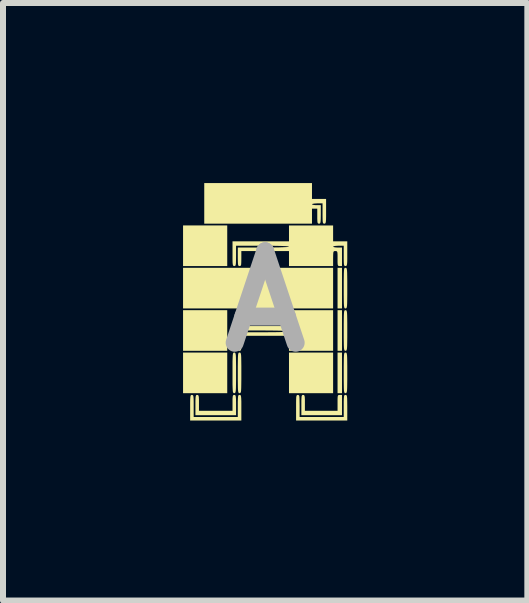
<source format=kicad_pcb>
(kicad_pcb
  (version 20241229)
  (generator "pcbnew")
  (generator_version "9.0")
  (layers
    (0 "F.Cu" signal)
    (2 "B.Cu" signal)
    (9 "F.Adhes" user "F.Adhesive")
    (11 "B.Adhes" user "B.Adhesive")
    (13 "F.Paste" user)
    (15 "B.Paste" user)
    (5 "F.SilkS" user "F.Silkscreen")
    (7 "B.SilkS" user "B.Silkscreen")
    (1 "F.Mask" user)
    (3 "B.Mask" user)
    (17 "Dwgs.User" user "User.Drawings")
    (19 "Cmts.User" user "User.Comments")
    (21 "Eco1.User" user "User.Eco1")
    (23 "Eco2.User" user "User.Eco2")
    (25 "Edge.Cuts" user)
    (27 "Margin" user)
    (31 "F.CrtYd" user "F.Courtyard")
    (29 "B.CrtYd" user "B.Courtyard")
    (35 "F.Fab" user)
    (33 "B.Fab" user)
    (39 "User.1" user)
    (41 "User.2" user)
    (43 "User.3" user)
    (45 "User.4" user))
  (footprint "A"
    (layer "F.Cu")
    (at 1.368 1.971)
    (property "Reference" "A" (at 0 0 0) (layer "F.Fab") (effects (font (size 1.524 1.524) (thickness 0.3))))
    (attr board_only exclude_from_pos_files exclude_from_bom)
    (fp_poly (pts (xy -0.632 -0.588) (xy -1.368 -0.588) (xy -1.368 -1.265) (xy -0.632 -1.265)) (stroke (width 0) (type solid)) (fill yes) (layer "F.SilkS"))
    (fp_poly (pts (xy -0.632 0.824) (xy -1.368 0.824) (xy -1.368 0.147) (xy -0.632 0.147)) (stroke (width 0) (type solid)) (fill yes) (layer "F.SilkS"))
    (fp_poly (pts (xy -0.632 1.53) (xy -1.368 1.53) (xy -1.368 0.853) (xy -0.632 0.853)) (stroke (width 0) (type solid)) (fill yes) (layer "F.SilkS"))
    (fp_poly (pts (xy 1.132 0.118) (xy -1.368 0.118) (xy -1.368 -0.559) (xy 1.132 -0.559)) (stroke (width 0) (type solid)) (fill yes) (layer "F.SilkS"))
    (fp_poly (pts (xy 1.132 1.53) (xy 0.397 1.53) (xy 0.397 0.853) (xy 1.132 0.853)) (stroke (width 0) (type solid)) (fill yes) (layer "F.SilkS"))
    (fp_poly (pts (xy 1.28 0.118) (xy 1.206 0.118) (xy 1.206 -0.559) (xy 1.28 -0.559)) (stroke (width 0) (type solid)) (fill yes) (layer "F.SilkS"))
    (fp_poly (pts (xy 1.28 0.824) (xy 1.206 0.824) (xy 1.206 0.147) (xy 1.28 0.147)) (stroke (width 0) (type solid)) (fill yes) (layer "F.SilkS"))
    (fp_poly (pts (xy 1.28 1.53) (xy 1.206 1.53) (xy 1.206 0.853) (xy 1.28 0.853)) (stroke (width 0) (type solid)) (fill yes) (layer "F.SilkS"))
    (fp_poly (pts (xy 1.28 1.897) (xy 0.603 1.897) (xy 0.603 1.728) (xy 0.603 1.655) (xy 0.605 1.607) (xy 0.608 1.578) (xy 0.615 1.564) (xy 0.625 1.559) (xy 0.632 1.559) (xy 0.646 1.561) (xy 0.655 1.572) (xy 0.66 1.596) (xy 0.662 1.639) (xy 0.662 1.691) (xy 0.662 1.824) (xy 1.206 1.824) (xy 1.206 1.691) (xy 1.206 1.629) (xy 1.208 1.59) (xy 1.213 1.569) (xy 1.223 1.561) (xy 1.24 1.559) (xy 1.243 1.559) (xy 1.28 1.559)) (stroke (width 0) (type solid)) (fill yes) (layer "F.SilkS"))
    (fp_poly (pts (xy -0.502 1.561) (xy -0.494 1.569) (xy -0.489 1.59) (xy -0.486 1.628) (xy -0.485 1.687) (xy -0.485 1.728) (xy -0.485 1.897) (xy -1.162 1.897) (xy -1.162 1.728) (xy -1.162 1.655) (xy -1.16 1.607) (xy -1.156 1.578) (xy -1.15 1.564) (xy -1.14 1.559) (xy -1.132 1.559) (xy -1.119 1.561) (xy -1.11 1.572) (xy -1.105 1.596) (xy -1.103 1.639) (xy -1.103 1.691) (xy -1.103 1.824) (xy -0.544 1.824) (xy -0.544 1.691) (xy -0.544 1.628) (xy -0.541 1.589) (xy -0.536 1.569) (xy -0.526 1.56) (xy -0.515 1.559)) (stroke (width 0) (type solid)) (fill yes) (layer "F.SilkS"))
    (fp_poly (pts (xy -0.415 1.56) (xy -0.407 1.568) (xy -0.402 1.586) (xy -0.399 1.618) (xy -0.397 1.67) (xy -0.397 1.746) (xy -0.397 1.772) (xy -0.397 1.986) (xy -1.25 1.986) (xy -1.25 1.772) (xy -1.25 1.689) (xy -1.249 1.631) (xy -1.246 1.593) (xy -1.242 1.572) (xy -1.235 1.562) (xy -1.224 1.559) (xy -1.221 1.559) (xy -1.209 1.561) (xy -1.2 1.569) (xy -1.195 1.588) (xy -1.192 1.624) (xy -1.191 1.681) (xy -1.191 1.743) (xy -1.191 1.927) (xy -0.456 1.927) (xy -0.456 1.743) (xy -0.456 1.667) (xy -0.454 1.615) (xy -0.451 1.583) (xy -0.446 1.566) (xy -0.436 1.56) (xy -0.427 1.559)) (stroke (width 0) (type solid)) (fill yes) (layer "F.SilkS"))
    (fp_poly (pts (xy 1.35 1.56) (xy 1.358 1.568) (xy 1.363 1.586) (xy 1.366 1.618) (xy 1.367 1.67) (xy 1.368 1.746) (xy 1.368 1.772) (xy 1.368 1.986) (xy 0.515 1.986) (xy 0.515 1.772) (xy 0.515 1.689) (xy 0.516 1.631) (xy 0.518 1.593) (xy 0.523 1.572) (xy 0.53 1.562) (xy 0.541 1.559) (xy 0.544 1.559) (xy 0.556 1.561) (xy 0.565 1.569) (xy 0.57 1.588) (xy 0.572 1.624) (xy 0.573 1.681) (xy 0.574 1.743) (xy 0.574 1.927) (xy 1.309 1.927) (xy 1.309 1.743) (xy 1.309 1.667) (xy 1.311 1.615) (xy 1.314 1.583) (xy 1.319 1.566) (xy 1.328 1.56) (xy 1.338 1.559)) (stroke (width 0) (type solid)) (fill yes) (layer "F.SilkS"))
    (fp_poly (pts (xy -0.505 0.854) (xy -0.498 0.86) (xy -0.493 0.873) (xy -0.489 0.898) (xy -0.487 0.938) (xy -0.486 0.997) (xy -0.485 1.077) (xy -0.485 1.184) (xy -0.485 1.191) (xy -0.485 1.299) (xy -0.486 1.382) (xy -0.487 1.442) (xy -0.489 1.483) (xy -0.493 1.508) (xy -0.498 1.522) (xy -0.505 1.528) (xy -0.514 1.53) (xy -0.515 1.53) (xy -0.524 1.529) (xy -0.531 1.523) (xy -0.537 1.51) (xy -0.54 1.485) (xy -0.542 1.445) (xy -0.544 1.386) (xy -0.544 1.305) (xy -0.544 1.199) (xy -0.544 1.191) (xy -0.544 1.083) (xy -0.544 1.001) (xy -0.542 0.941) (xy -0.54 0.9) (xy -0.537 0.874) (xy -0.532 0.86) (xy -0.525 0.854) (xy -0.515 0.853) (xy -0.515 0.853)) (stroke (width 0) (type solid)) (fill yes) (layer "F.SilkS"))
    (fp_poly (pts (xy -0.417 0.854) (xy -0.41 0.86) (xy -0.405 0.873) (xy -0.401 0.898) (xy -0.399 0.938) (xy -0.398 0.997) (xy -0.397 1.077) (xy -0.397 1.184) (xy -0.397 1.191) (xy -0.397 1.299) (xy -0.398 1.382) (xy -0.399 1.442) (xy -0.401 1.483) (xy -0.404 1.508) (xy -0.41 1.522) (xy -0.417 1.528) (xy -0.426 1.53) (xy -0.427 1.53) (xy -0.436 1.529) (xy -0.443 1.523) (xy -0.448 1.51) (xy -0.452 1.485) (xy -0.454 1.445) (xy -0.455 1.386) (xy -0.456 1.305) (xy -0.456 1.199) (xy -0.456 1.191) (xy -0.456 1.083) (xy -0.455 1.001) (xy -0.454 0.941) (xy -0.452 0.9) (xy -0.449 0.874) (xy -0.443 0.86) (xy -0.436 0.854) (xy -0.427 0.853) (xy -0.427 0.853)) (stroke (width 0) (type solid)) (fill yes) (layer "F.SilkS"))
    (fp_poly (pts (xy 1.348 -0.558) (xy 1.355 -0.552) (xy 1.36 -0.539) (xy 1.364 -0.514) (xy 1.366 -0.474) (xy 1.367 -0.415) (xy 1.368 -0.335) (xy 1.368 -0.228) (xy 1.368 -0.221) (xy 1.368 -0.113) (xy 1.367 -0.03) (xy 1.366 0.03) (xy 1.364 0.071) (xy 1.36 0.096) (xy 1.355 0.111) (xy 1.348 0.116) (xy 1.339 0.118) (xy 1.338 0.118) (xy 1.329 0.117) (xy 1.322 0.111) (xy 1.317 0.098) (xy 1.313 0.073) (xy 1.311 0.033) (xy 1.31 -0.026) (xy 1.309 -0.107) (xy 1.309 -0.213) (xy 1.309 -0.221) (xy 1.309 -0.329) (xy 1.31 -0.411) (xy 1.311 -0.471) (xy 1.313 -0.512) (xy 1.316 -0.538) (xy 1.321 -0.552) (xy 1.328 -0.558) (xy 1.338 -0.559) (xy 1.338 -0.559)) (stroke (width 0) (type solid)) (fill yes) (layer "F.SilkS"))
    (fp_poly (pts (xy 1.348 0.148) (xy 1.355 0.154) (xy 1.36 0.167) (xy 1.364 0.192) (xy 1.366 0.232) (xy 1.367 0.291) (xy 1.368 0.371) (xy 1.368 0.478) (xy 1.368 0.485) (xy 1.368 0.593) (xy 1.367 0.676) (xy 1.366 0.736) (xy 1.364 0.777) (xy 1.36 0.802) (xy 1.355 0.817) (xy 1.348 0.822) (xy 1.339 0.824) (xy 1.338 0.824) (xy 1.329 0.823) (xy 1.322 0.817) (xy 1.317 0.804) (xy 1.313 0.779) (xy 1.311 0.739) (xy 1.31 0.68) (xy 1.309 0.599) (xy 1.309 0.493) (xy 1.309 0.485) (xy 1.309 0.377) (xy 1.31 0.295) (xy 1.311 0.235) (xy 1.313 0.194) (xy 1.316 0.168) (xy 1.321 0.154) (xy 1.328 0.148) (xy 1.338 0.147) (xy 1.338 0.147)) (stroke (width 0) (type solid)) (fill yes) (layer "F.SilkS"))
    (fp_poly (pts (xy 1.348 0.854) (xy 1.355 0.86) (xy 1.36 0.873) (xy 1.364 0.898) (xy 1.366 0.938) (xy 1.367 0.997) (xy 1.368 1.077) (xy 1.368 1.184) (xy 1.368 1.191) (xy 1.368 1.299) (xy 1.367 1.382) (xy 1.366 1.442) (xy 1.364 1.483) (xy 1.36 1.508) (xy 1.355 1.522) (xy 1.348 1.528) (xy 1.339 1.53) (xy 1.338 1.53) (xy 1.329 1.529) (xy 1.322 1.523) (xy 1.317 1.51) (xy 1.313 1.485) (xy 1.311 1.445) (xy 1.31 1.386) (xy 1.309 1.305) (xy 1.309 1.199) (xy 1.309 1.191) (xy 1.309 1.083) (xy 1.31 1.001) (xy 1.311 0.941) (xy 1.313 0.9) (xy 1.316 0.874) (xy 1.321 0.86) (xy 1.328 0.854) (xy 1.338 0.853) (xy 1.338 0.853)) (stroke (width 0) (type solid)) (fill yes) (layer "F.SilkS"))
    (fp_poly (pts (xy 0.78 -1.706) (xy 1.015 -1.706) (xy 1.015 -1.5) (xy 1.015 -1.419) (xy 1.014 -1.362) (xy 1.011 -1.326) (xy 1.006 -1.306) (xy 0.999 -1.297) (xy 0.988 -1.294) (xy 0.985 -1.294) (xy 0.973 -1.296) (xy 0.964 -1.305) (xy 0.959 -1.325) (xy 0.957 -1.363) (xy 0.956 -1.422) (xy 0.956 -1.463) (xy 0.956 -1.633) (xy 0.868 -1.633) (xy 0.821 -1.63) (xy 0.789 -1.624) (xy 0.78 -1.618) (xy 0.793 -1.609) (xy 0.827 -1.604) (xy 0.853 -1.603) (xy 0.927 -1.603) (xy 0.927 -1.449) (xy 0.926 -1.38) (xy 0.924 -1.335) (xy 0.92 -1.309) (xy 0.913 -1.298) (xy 0.901 -1.294) (xy 0.897 -1.294) (xy 0.883 -1.297) (xy 0.874 -1.307) (xy 0.87 -1.332) (xy 0.868 -1.378) (xy 0.868 -1.419) (xy 0.868 -1.544) (xy 0.78 -1.544) (xy 0.78 -1.294) (xy -1.015 -1.294) (xy -1.015 -1.971) (xy 0.78 -1.971)) (stroke (width 0) (type solid)) (fill yes) (layer "F.SilkS"))
    (fp_poly (pts (xy 1.132 0.824) (xy 0.397 0.824) (xy 0.397 0.574) (xy -0.397 0.574) (xy -0.397 0.699) (xy -0.398 0.759) (xy -0.4 0.797) (xy -0.406 0.816) (xy -0.417 0.823) (xy -0.427 0.824) (xy -0.44 0.822) (xy -0.448 0.812) (xy -0.453 0.791) (xy -0.455 0.751) (xy -0.456 0.689) (xy -0.456 0.669) (xy -0.456 0.515) (xy -0.029 0.515) (xy 0.106 0.514) (xy 0.218 0.513) (xy 0.303 0.51) (xy 0.362 0.507) (xy 0.392 0.503) (xy 0.397 0.5) (xy 0.383 0.495) (xy 0.34 0.492) (xy 0.269 0.489) (xy 0.172 0.487) (xy 0.05 0.486) (xy -0.044 0.485) (xy -0.485 0.485) (xy -0.485 0.654) (xy -0.486 0.727) (xy -0.487 0.775) (xy -0.491 0.804) (xy -0.497 0.818) (xy -0.508 0.823) (xy -0.515 0.824) (xy -0.526 0.822) (xy -0.534 0.815) (xy -0.54 0.796) (xy -0.543 0.763) (xy -0.544 0.71) (xy -0.544 0.633) (xy -0.544 0.618) (xy -0.544 0.412) (xy 0.397 0.412) (xy 0.397 0.147) (xy 1.132 0.147)) (stroke (width 0) (type solid)) (fill yes) (layer "F.SilkS"))
    (fp_poly (pts (xy 1.132 -1) (xy 1.368 -1) (xy 1.368 -0.794) (xy 1.368 -0.713) (xy 1.367 -0.656) (xy 1.364 -0.62) (xy 1.359 -0.6) (xy 1.352 -0.591) (xy 1.341 -0.588) (xy 1.338 -0.588) (xy 1.326 -0.59) (xy 1.317 -0.599) (xy 1.312 -0.619) (xy 1.31 -0.657) (xy 1.309 -0.716) (xy 1.309 -0.757) (xy 1.309 -0.927) (xy 1.221 -0.927) (xy 1.174 -0.924) (xy 1.142 -0.919) (xy 1.132 -0.912) (xy 1.146 -0.903) (xy 1.18 -0.898) (xy 1.206 -0.897) (xy 1.28 -0.897) (xy 1.28 -0.588) (xy 1.243 -0.588) (xy 1.225 -0.589) (xy 1.214 -0.597) (xy 1.208 -0.616) (xy 1.206 -0.653) (xy 1.206 -0.713) (xy 1.206 -0.774) (xy 1.204 -0.811) (xy 1.198 -0.83) (xy 1.187 -0.837) (xy 1.169 -0.838) (xy 1.151 -0.837) (xy 1.141 -0.83) (xy 1.135 -0.811) (xy 1.133 -0.773) (xy 1.132 -0.713) (xy 1.132 -0.588) (xy 0.397 -0.588) (xy 0.397 -0.838) (xy -0.397 -0.838) (xy -0.397 -0.713) (xy -0.398 -0.653) (xy -0.4 -0.615) (xy -0.406 -0.596) (xy -0.417 -0.589) (xy -0.427 -0.588) (xy -0.44 -0.59) (xy -0.448 -0.6) (xy -0.453 -0.621) (xy -0.455 -0.661) (xy -0.456 -0.723) (xy -0.456 -0.743) (xy -0.456 -0.897) (xy -0.029 -0.897) (xy 0.106 -0.898) (xy 0.218 -0.899) (xy 0.303 -0.902) (xy 0.362 -0.905) (xy 0.392 -0.909) (xy 0.397 -0.912) (xy 0.383 -0.916) (xy 0.34 -0.92) (xy 0.269 -0.923) (xy 0.172 -0.925) (xy 0.05 -0.926) (xy -0.044 -0.927) (xy -0.485 -0.927) (xy -0.485 -0.757) (xy -0.486 -0.685) (xy -0.487 -0.637) (xy -0.491 -0.608) (xy -0.497 -0.593) (xy -0.508 -0.589) (xy -0.515 -0.588) (xy -0.526 -0.59) (xy -0.534 -0.597) (xy -0.54 -0.616) (xy -0.543 -0.649) (xy -0.544 -0.702) (xy -0.544 -0.779) (xy -0.544 -0.794) (xy -0.544 -1) (xy 0.397 -1) (xy 0.397 -1.265) (xy 1.132 -1.265)) (stroke (width 0) (type solid)) (fill yes) (layer "F.SilkS")))
  (gr_rect
    (start -3 -3)
    (end 5.736 6.956)
    (stroke (width 0.1) (type default))
    (fill no)
    (layer "Edge.Cuts")))
</source>
